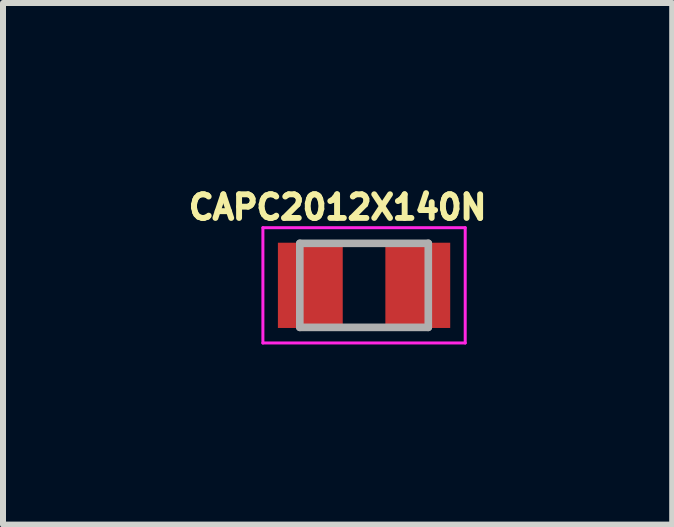
<source format=kicad_pcb>
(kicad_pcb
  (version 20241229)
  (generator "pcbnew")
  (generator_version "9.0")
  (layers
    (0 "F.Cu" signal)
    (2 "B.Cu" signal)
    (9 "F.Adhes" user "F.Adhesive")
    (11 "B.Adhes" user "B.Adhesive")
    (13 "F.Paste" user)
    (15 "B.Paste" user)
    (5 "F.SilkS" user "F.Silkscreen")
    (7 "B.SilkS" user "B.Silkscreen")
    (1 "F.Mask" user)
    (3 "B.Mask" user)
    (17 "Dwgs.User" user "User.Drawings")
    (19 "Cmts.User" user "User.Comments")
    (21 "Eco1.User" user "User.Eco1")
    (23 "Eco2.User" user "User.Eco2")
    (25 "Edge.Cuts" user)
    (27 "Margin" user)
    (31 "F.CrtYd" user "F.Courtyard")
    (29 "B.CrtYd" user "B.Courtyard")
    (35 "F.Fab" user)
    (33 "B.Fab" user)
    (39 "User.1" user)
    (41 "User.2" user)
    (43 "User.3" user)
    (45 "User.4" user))
  (footprint "CAPC2012X140N"
    (layer "F.Cu")
    (at 3.014 1.703)
    (property "Reference" "CAPC2012X140N" (at -0.44 -1.3 0) (layer "F.SilkS") (effects (font (size 0.394 0.394) (thickness 0.15))))
    (attr through_hole)
    (fp_line (start -1.685 -0.96) (end 1.685 -0.96) (stroke (width 0.05) (type solid)) (layer "F.CrtYd"))
    (fp_line (start -1.685 0.96) (end -1.685 -0.96) (stroke (width 0.05) (type solid)) (layer "F.CrtYd"))
    (fp_line (start -1.685 0.96) (end 1.685 0.96) (stroke (width 0.05) (type solid)) (layer "F.CrtYd"))
    (fp_line (start 1.685 0.96) (end 1.685 -0.96) (stroke (width 0.05) (type solid)) (layer "F.CrtYd"))
    (fp_line (start -1.07 0.7) (end -1.07 -0.7) (stroke (width 0.127) (type solid)) (layer "F.Fab"))
    (fp_line (start 1.07 -0.7) (end -1.07 -0.7) (stroke (width 0.127) (type solid)) (layer "F.Fab"))
    (fp_line (start 1.07 0.7) (end -1.07 0.7) (stroke (width 0.127) (type solid)) (layer "F.Fab"))
    (fp_line (start 1.07 0.7) (end 1.07 -0.7) (stroke (width 0.127) (type solid)) (layer "F.Fab"))
    (pad "1" smd rect (at -0.895 0) (size 1.08 1.42) (layers "F.Cu" "F.Mask" "F.Paste"))
    (pad "2" smd rect (at 0.895 0) (size 1.08 1.42) (layers "F.Cu" "F.Mask" "F.Paste")))
  (gr_rect
    (start -3 -3)
    (end 8.147 5.688)
    (stroke (width 0.1) (type default))
    (fill no)
    (layer "Edge.Cuts")))
</source>
